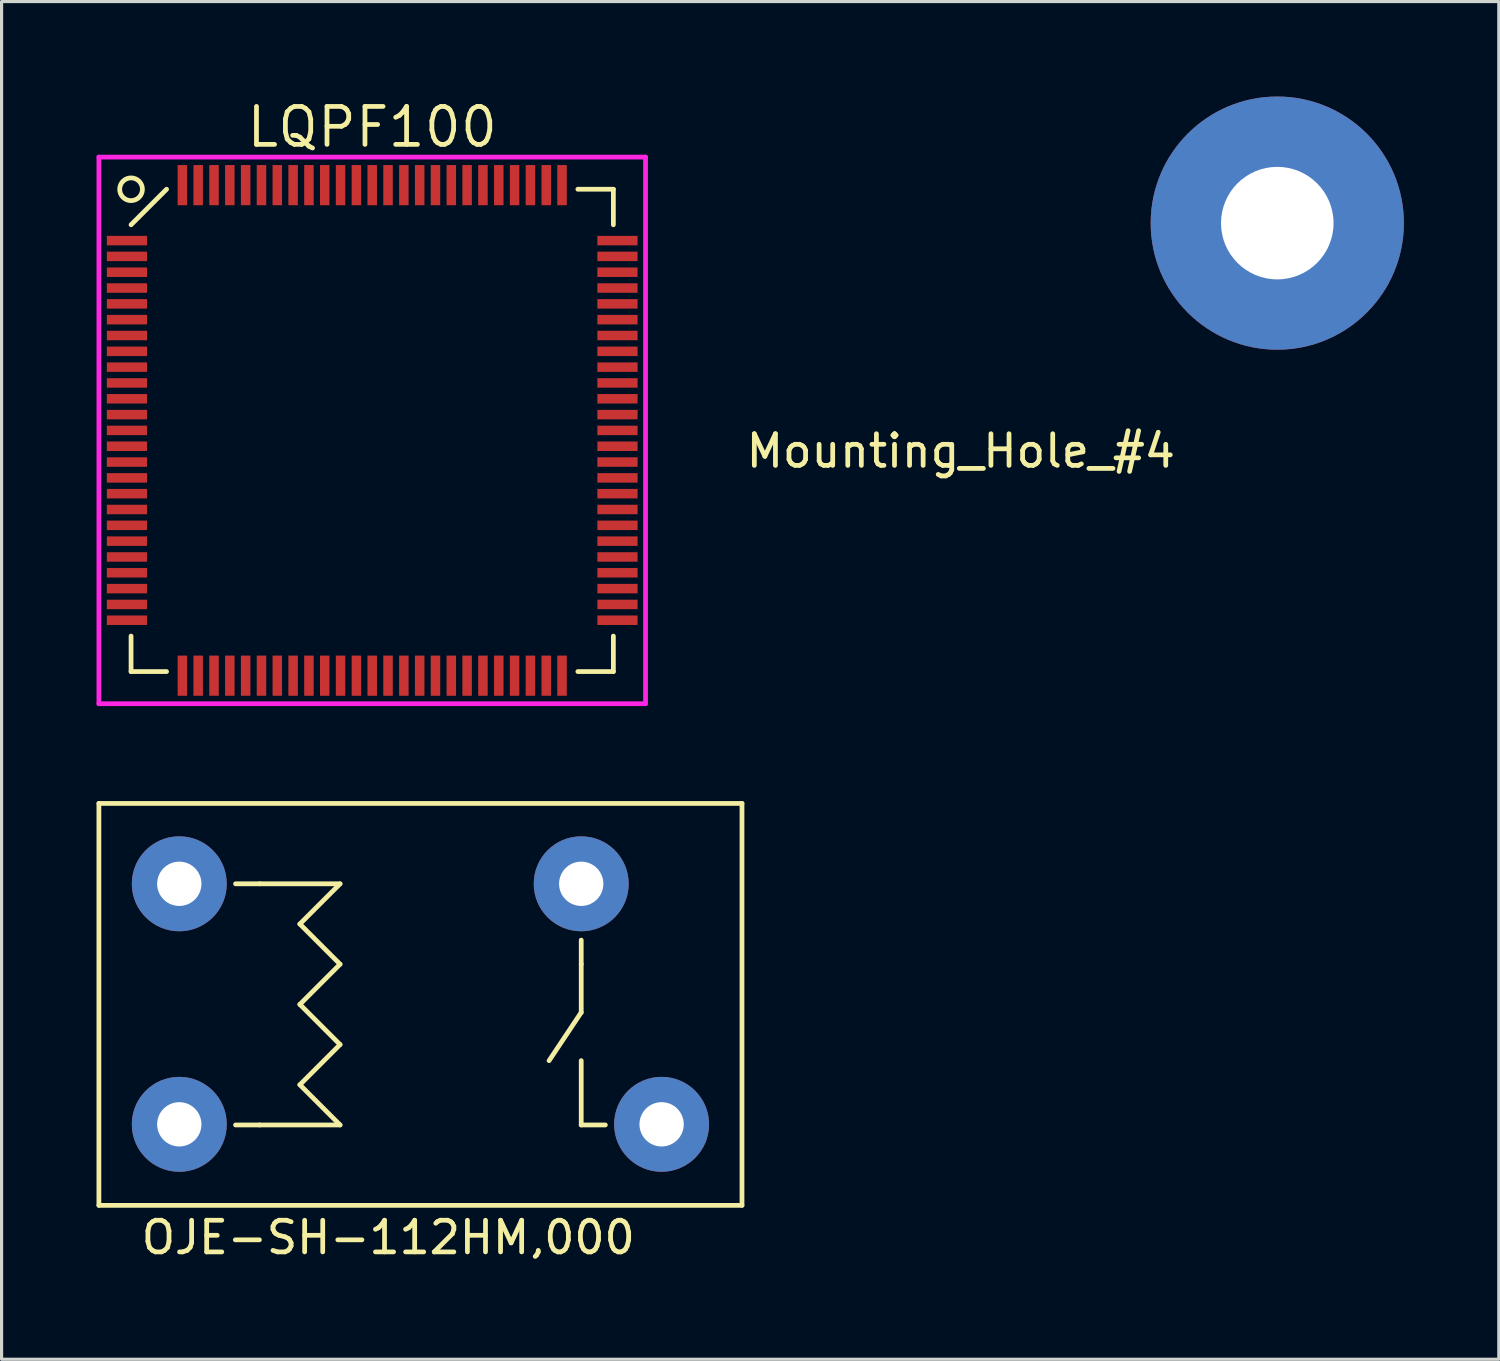
<source format=kicad_pcb>
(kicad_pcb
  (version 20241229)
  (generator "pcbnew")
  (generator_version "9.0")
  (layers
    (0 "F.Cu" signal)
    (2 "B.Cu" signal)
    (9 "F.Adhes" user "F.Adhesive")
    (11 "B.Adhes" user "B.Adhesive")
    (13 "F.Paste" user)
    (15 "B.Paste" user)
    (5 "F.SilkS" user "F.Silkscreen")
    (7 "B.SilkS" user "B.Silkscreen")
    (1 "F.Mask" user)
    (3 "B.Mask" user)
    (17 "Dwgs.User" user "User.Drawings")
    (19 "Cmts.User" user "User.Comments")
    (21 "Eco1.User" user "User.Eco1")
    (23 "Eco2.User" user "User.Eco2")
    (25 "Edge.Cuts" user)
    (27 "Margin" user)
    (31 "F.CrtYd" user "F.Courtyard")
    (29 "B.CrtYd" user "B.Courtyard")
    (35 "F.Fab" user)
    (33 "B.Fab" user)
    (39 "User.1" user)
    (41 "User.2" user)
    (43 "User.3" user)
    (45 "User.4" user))
  (footprint "OJE-SH-112HM,000"
    (layer "F.Cu")
    (at 2.615 24.876)
    (property "Reference" "OJE-SH-112HM,000" (at 6.604 11.176 0) (layer "F.SilkS") (effects (font (size 1 1) (thickness 0.15))))
    (attr through_hole)
    (fp_line (start -2.54 -2.54) (end -2.54 10.16) (stroke (width 0.15) (type solid)) (layer "F.SilkS"))
    (fp_line (start -2.54 10.16) (end 17.78 10.16) (stroke (width 0.15) (type solid)) (layer "F.SilkS"))
    (fp_line (start 2.54 0) (end 1.778 0) (stroke (width 0.15) (type solid)) (layer "F.SilkS"))
    (fp_line (start 2.54 0) (end 5.08 0) (stroke (width 0.15) (type solid)) (layer "F.SilkS"))
    (fp_line (start 2.54 7.62) (end 1.778 7.62) (stroke (width 0.15) (type solid)) (layer "F.SilkS"))
    (fp_line (start 3.81 1.27) (end 5.08 2.54) (stroke (width 0.15) (type solid)) (layer "F.SilkS"))
    (fp_line (start 3.81 3.81) (end 5.08 5.08) (stroke (width 0.15) (type solid)) (layer "F.SilkS"))
    (fp_line (start 3.81 6.35) (end 5.08 7.62) (stroke (width 0.15) (type solid)) (layer "F.SilkS"))
    (fp_line (start 5.08 0) (end 3.81 1.27) (stroke (width 0.15) (type solid)) (layer "F.SilkS"))
    (fp_line (start 5.08 2.54) (end 3.81 3.81) (stroke (width 0.15) (type solid)) (layer "F.SilkS"))
    (fp_line (start 5.08 5.08) (end 3.81 6.35) (stroke (width 0.15) (type solid)) (layer "F.SilkS"))
    (fp_line (start 5.08 7.62) (end 2.54 7.62) (stroke (width 0.15) (type solid)) (layer "F.SilkS"))
    (fp_line (start 12.7 2.54) (end 12.7 1.778) (stroke (width 0.15) (type solid)) (layer "F.SilkS"))
    (fp_line (start 12.7 2.54) (end 12.7 4.064) (stroke (width 0.15) (type solid)) (layer "F.SilkS"))
    (fp_line (start 12.7 4.064) (end 11.684 5.588) (stroke (width 0.15) (type solid)) (layer "F.SilkS"))
    (fp_line (start 12.7 5.588) (end 12.7 7.62) (stroke (width 0.15) (type solid)) (layer "F.SilkS"))
    (fp_line (start 12.7 7.62) (end 13.462 7.62) (stroke (width 0.15) (type solid)) (layer "F.SilkS"))
    (fp_line (start 17.78 -2.54) (end -2.54 -2.54) (stroke (width 0.15) (type solid)) (layer "F.SilkS"))
    (fp_line (start 17.78 10.16) (end 17.78 -2.54) (stroke (width 0.15) (type solid)) (layer "F.SilkS"))
    (pad "1" thru_hole circle (at 0 0) (size 3 3) (drill 1.4) (layers "*.Cu" "*.Mask"))
    (pad "2" thru_hole circle (at 0 7.6) (size 3 3) (drill 1.4) (layers "*.Cu" "*.Mask"))
    (pad "3" thru_hole circle (at 12.7 0) (size 3 3) (drill 1.4) (layers "*.Cu" "*.Mask"))
    (pad "4" thru_hole circle (at 15.24 7.6) (size 3 3) (drill 1.4) (layers "*.Cu" "*.Mask")))
  (footprint "LQPF100"
    (layer "F.Cu")
    (at 8.711 10.55)
    (property "Reference" "LQPF100" (at 0 -9.585 0) (layer "F.SilkS") (effects (font (size 1.2 1.2) (thickness 0.15))))
    (attr through_hole)
    (fp_line (start -7.62 -6.498) (end -6.498 -7.62) (stroke (width 0.15) (type solid)) (layer "F.SilkS"))
    (fp_line (start -7.62 7.62) (end -7.62 6.498) (stroke (width 0.15) (type solid)) (layer "F.SilkS"))
    (fp_line (start -6.498 7.62) (end -7.62 7.62) (stroke (width 0.15) (type solid)) (layer "F.SilkS"))
    (fp_line (start 6.498 -7.62) (end 7.62 -7.62) (stroke (width 0.15) (type solid)) (layer "F.SilkS"))
    (fp_line (start 6.498 7.62) (end 7.62 7.62) (stroke (width 0.15) (type solid)) (layer "F.SilkS"))
    (fp_line (start 7.62 -7.62) (end 7.62 -6.498) (stroke (width 0.15) (type solid)) (layer "F.SilkS"))
    (fp_line (start 7.62 7.62) (end 7.62 6.498) (stroke (width 0.15) (type solid)) (layer "F.SilkS"))
    (fp_circle (center -7.62 -7.62) (end -7.366 -7.366) (stroke (width 0.15) (type solid)) (fill no) (layer "F.SilkS"))
    (fp_line (start -8.636 -8.636) (end 8.636 -8.636) (stroke (width 0.15) (type solid)) (layer "F.CrtYd"))
    (fp_line (start -8.636 8.636) (end -8.636 -8.636) (stroke (width 0.15) (type solid)) (layer "F.CrtYd"))
    (fp_line (start 8.636 -8.636) (end 8.636 8.636) (stroke (width 0.15) (type solid)) (layer "F.CrtYd"))
    (fp_line (start 8.636 8.636) (end -8.636 8.636) (stroke (width 0.15) (type solid)) (layer "F.CrtYd"))
    (pad "1" smd rect (at -7.75 -5.998 90) (size 0.3 1.27) (layers "F.Cu" "F.Mask" "F.Paste"))
    (pad "2" smd rect (at -7.75 -5.499 90) (size 0.3 1.27) (layers "F.Cu" "F.Mask" "F.Paste"))
    (pad "3" smd rect (at -7.75 -4.999 90) (size 0.3 1.27) (layers "F.Cu" "F.Mask" "F.Paste"))
    (pad "4" smd rect (at -7.75 -4.499 90) (size 0.3 1.27) (layers "F.Cu" "F.Mask" "F.Paste"))
    (pad "5" smd rect (at -7.75 -3.999 90) (size 0.3 1.27) (layers "F.Cu" "F.Mask" "F.Paste"))
    (pad "6" smd rect (at -7.75 -3.499 90) (size 0.3 1.27) (layers "F.Cu" "F.Mask" "F.Paste"))
    (pad "7" smd rect (at -7.75 -2.999 90) (size 0.3 1.27) (layers "F.Cu" "F.Mask" "F.Paste"))
    (pad "8" smd rect (at -7.75 -2.499 90) (size 0.3 1.27) (layers "F.Cu" "F.Mask" "F.Paste"))
    (pad "9" smd rect (at -7.75 -1.999 90) (size 0.3 1.27) (layers "F.Cu" "F.Mask" "F.Paste"))
    (pad "10" smd rect (at -7.75 -1.5 90) (size 0.3 1.27) (layers "F.Cu" "F.Mask" "F.Paste"))
    (pad "11" smd rect (at -7.75 -1 90) (size 0.3 1.27) (layers "F.Cu" "F.Mask" "F.Paste"))
    (pad "12" smd rect (at -7.75 -0.5 90) (size 0.3 1.27) (layers "F.Cu" "F.Mask" "F.Paste"))
    (pad "13" smd rect (at -7.75 0 90) (size 0.3 1.27) (layers "F.Cu" "F.Mask" "F.Paste"))
    (pad "14" smd rect (at -7.75 0.5 90) (size 0.3 1.27) (layers "F.Cu" "F.Mask" "F.Paste"))
    (pad "15" smd rect (at -7.75 1 90) (size 0.3 1.27) (layers "F.Cu" "F.Mask" "F.Paste"))
    (pad "16" smd rect (at -7.75 1.5 90) (size 0.3 1.27) (layers "F.Cu" "F.Mask" "F.Paste"))
    (pad "17" smd rect (at -7.75 1.999 90) (size 0.3 1.27) (layers "F.Cu" "F.Mask" "F.Paste"))
    (pad "18" smd rect (at -7.75 2.499 90) (size 0.3 1.27) (layers "F.Cu" "F.Mask" "F.Paste"))
    (pad "19" smd rect (at -7.75 2.999 90) (size 0.3 1.27) (layers "F.Cu" "F.Mask" "F.Paste"))
    (pad "20" smd rect (at -7.75 3.499 90) (size 0.3 1.27) (layers "F.Cu" "F.Mask" "F.Paste"))
    (pad "21" smd rect (at -7.75 3.999 90) (size 0.3 1.27) (layers "F.Cu" "F.Mask" "F.Paste"))
    (pad "22" smd rect (at -7.75 4.499 90) (size 0.3 1.27) (layers "F.Cu" "F.Mask" "F.Paste"))
    (pad "23" smd rect (at -7.75 4.999 90) (size 0.3 1.27) (layers "F.Cu" "F.Mask" "F.Paste"))
    (pad "24" smd rect (at -7.75 5.499 90) (size 0.3 1.27) (layers "F.Cu" "F.Mask" "F.Paste"))
    (pad "25" smd rect (at -7.75 5.998 90) (size 0.3 1.27) (layers "F.Cu" "F.Mask" "F.Paste"))
    (pad "26" smd rect (at -5.998 7.75) (size 0.3 1.27) (layers "F.Cu" "F.Mask" "F.Paste"))
    (pad "27" smd rect (at -5.499 7.75) (size 0.3 1.27) (layers "F.Cu" "F.Mask" "F.Paste"))
    (pad "28" smd rect (at -4.999 7.75) (size 0.3 1.27) (layers "F.Cu" "F.Mask" "F.Paste"))
    (pad "29" smd rect (at -4.499 7.75) (size 0.3 1.27) (layers "F.Cu" "F.Mask" "F.Paste"))
    (pad "30" smd rect (at -3.999 7.75) (size 0.3 1.27) (layers "F.Cu" "F.Mask" "F.Paste"))
    (pad "31" smd rect (at -3.499 7.75) (size 0.3 1.27) (layers "F.Cu" "F.Mask" "F.Paste"))
    (pad "32" smd rect (at -2.999 7.75) (size 0.3 1.27) (layers "F.Cu" "F.Mask" "F.Paste"))
    (pad "33" smd rect (at -2.499 7.75) (size 0.3 1.27) (layers "F.Cu" "F.Mask" "F.Paste"))
    (pad "34" smd rect (at -1.999 7.75) (size 0.3 1.27) (layers "F.Cu" "F.Mask" "F.Paste"))
    (pad "35" smd rect (at -1.5 7.75) (size 0.3 1.27) (layers "F.Cu" "F.Mask" "F.Paste"))
    (pad "36" smd rect (at -1 7.75) (size 0.3 1.27) (layers "F.Cu" "F.Mask" "F.Paste"))
    (pad "37" smd rect (at -0.5 7.75) (size 0.3 1.27) (layers "F.Cu" "F.Mask" "F.Paste"))
    (pad "38" smd rect (at 0 7.75) (size 0.3 1.27) (layers "F.Cu" "F.Mask" "F.Paste"))
    (pad "39" smd rect (at 0.5 7.75) (size 0.3 1.27) (layers "F.Cu" "F.Mask" "F.Paste"))
    (pad "40" smd rect (at 1 7.75) (size 0.3 1.27) (layers "F.Cu" "F.Mask" "F.Paste"))
    (pad "41" smd rect (at 1.5 7.75) (size 0.3 1.27) (layers "F.Cu" "F.Mask" "F.Paste"))
    (pad "42" smd rect (at 1.999 7.75) (size 0.3 1.27) (layers "F.Cu" "F.Mask" "F.Paste"))
    (pad "43" smd rect (at 2.499 7.75) (size 0.3 1.27) (layers "F.Cu" "F.Mask" "F.Paste"))
    (pad "44" smd rect (at 2.999 7.75) (size 0.3 1.27) (layers "F.Cu" "F.Mask" "F.Paste"))
    (pad "45" smd rect (at 3.499 7.75) (size 0.3 1.27) (layers "F.Cu" "F.Mask" "F.Paste"))
    (pad "46" smd rect (at 3.999 7.75) (size 0.3 1.27) (layers "F.Cu" "F.Mask" "F.Paste"))
    (pad "47" smd rect (at 4.499 7.75) (size 0.3 1.27) (layers "F.Cu" "F.Mask" "F.Paste"))
    (pad "48" smd rect (at 4.999 7.75) (size 0.3 1.27) (layers "F.Cu" "F.Mask" "F.Paste"))
    (pad "49" smd rect (at 5.499 7.75) (size 0.3 1.27) (layers "F.Cu" "F.Mask" "F.Paste"))
    (pad "50" smd rect (at 5.998 7.75) (size 0.3 1.27) (layers "F.Cu" "F.Mask" "F.Paste"))
    (pad "51" smd rect (at 7.75 5.998 90) (size 0.3 1.27) (layers "F.Cu" "F.Mask" "F.Paste"))
    (pad "52" smd rect (at 7.75 5.499 90) (size 0.3 1.27) (layers "F.Cu" "F.Mask" "F.Paste"))
    (pad "53" smd rect (at 7.75 4.999 90) (size 0.3 1.27) (layers "F.Cu" "F.Mask" "F.Paste"))
    (pad "54" smd rect (at 7.75 4.499 90) (size 0.3 1.27) (layers "F.Cu" "F.Mask" "F.Paste"))
    (pad "55" smd rect (at 7.75 3.999 90) (size 0.3 1.27) (layers "F.Cu" "F.Mask" "F.Paste"))
    (pad "56" smd rect (at 7.75 3.499 90) (size 0.3 1.27) (layers "F.Cu" "F.Mask" "F.Paste"))
    (pad "57" smd rect (at 7.75 2.999 90) (size 0.3 1.27) (layers "F.Cu" "F.Mask" "F.Paste"))
    (pad "58" smd rect (at 7.75 2.499 90) (size 0.3 1.27) (layers "F.Cu" "F.Mask" "F.Paste"))
    (pad "59" smd rect (at 7.75 1.999 90) (size 0.3 1.27) (layers "F.Cu" "F.Mask" "F.Paste"))
    (pad "60" smd rect (at 7.75 1.5 90) (size 0.3 1.27) (layers "F.Cu" "F.Mask" "F.Paste"))
    (pad "61" smd rect (at 7.75 1 90) (size 0.3 1.27) (layers "F.Cu" "F.Mask" "F.Paste"))
    (pad "62" smd rect (at 7.75 0.5 90) (size 0.3 1.27) (layers "F.Cu" "F.Mask" "F.Paste"))
    (pad "63" smd rect (at 7.75 0 90) (size 0.3 1.27) (layers "F.Cu" "F.Mask" "F.Paste"))
    (pad "64" smd rect (at 7.75 -0.5 90) (size 0.3 1.27) (layers "F.Cu" "F.Mask" "F.Paste"))
    (pad "65" smd rect (at 7.75 -1 90) (size 0.3 1.27) (layers "F.Cu" "F.Mask" "F.Paste"))
    (pad "66" smd rect (at 7.75 -1.5 90) (size 0.3 1.27) (layers "F.Cu" "F.Mask" "F.Paste"))
    (pad "67" smd rect (at 7.75 -1.999 90) (size 0.3 1.27) (layers "F.Cu" "F.Mask" "F.Paste"))
    (pad "68" smd rect (at 7.75 -2.499 90) (size 0.3 1.27) (layers "F.Cu" "F.Mask" "F.Paste"))
    (pad "69" smd rect (at 7.75 -2.999 90) (size 0.3 1.27) (layers "F.Cu" "F.Mask" "F.Paste"))
    (pad "70" smd rect (at 7.75 -3.499 90) (size 0.3 1.27) (layers "F.Cu" "F.Mask" "F.Paste"))
    (pad "71" smd rect (at 7.75 -3.999 90) (size 0.3 1.27) (layers "F.Cu" "F.Mask" "F.Paste"))
    (pad "72" smd rect (at 7.75 -4.499 90) (size 0.3 1.27) (layers "F.Cu" "F.Mask" "F.Paste"))
    (pad "73" smd rect (at 7.75 -4.999 90) (size 0.3 1.27) (layers "F.Cu" "F.Mask" "F.Paste"))
    (pad "74" smd rect (at 7.75 -5.499 90) (size 0.3 1.27) (layers "F.Cu" "F.Mask" "F.Paste"))
    (pad "75" smd rect (at 7.75 -5.998 90) (size 0.3 1.27) (layers "F.Cu" "F.Mask" "F.Paste"))
    (pad "76" smd rect (at 5.998 -7.75) (size 0.3 1.27) (layers "F.Cu" "F.Mask" "F.Paste"))
    (pad "77" smd rect (at 5.499 -7.75) (size 0.3 1.27) (layers "F.Cu" "F.Mask" "F.Paste"))
    (pad "78" smd rect (at 4.999 -7.75) (size 0.3 1.27) (layers "F.Cu" "F.Mask" "F.Paste"))
    (pad "79" smd rect (at 4.499 -7.75) (size 0.3 1.27) (layers "F.Cu" "F.Mask" "F.Paste"))
    (pad "80" smd rect (at 3.999 -7.75) (size 0.3 1.27) (layers "F.Cu" "F.Mask" "F.Paste"))
    (pad "81" smd rect (at 3.499 -7.75) (size 0.3 1.27) (layers "F.Cu" "F.Mask" "F.Paste"))
    (pad "82" smd rect (at 2.999 -7.75) (size 0.3 1.27) (layers "F.Cu" "F.Mask" "F.Paste"))
    (pad "83" smd rect (at 2.499 -7.75) (size 0.3 1.27) (layers "F.Cu" "F.Mask" "F.Paste"))
    (pad "84" smd rect (at 1.999 -7.75) (size 0.3 1.27) (layers "F.Cu" "F.Mask" "F.Paste"))
    (pad "85" smd rect (at 1.5 -7.75) (size 0.3 1.27) (layers "F.Cu" "F.Mask" "F.Paste"))
    (pad "86" smd rect (at 1 -7.75) (size 0.3 1.27) (layers "F.Cu" "F.Mask" "F.Paste"))
    (pad "87" smd rect (at 0.5 -7.75) (size 0.3 1.27) (layers "F.Cu" "F.Mask" "F.Paste"))
    (pad "88" smd rect (at 0 -7.75) (size 0.3 1.27) (layers "F.Cu" "F.Mask" "F.Paste"))
    (pad "89" smd rect (at -0.5 -7.75) (size 0.3 1.27) (layers "F.Cu" "F.Mask" "F.Paste"))
    (pad "90" smd rect (at -1 -7.75) (size 0.3 1.27) (layers "F.Cu" "F.Mask" "F.Paste"))
    (pad "91" smd rect (at -1.5 -7.75) (size 0.3 1.27) (layers "F.Cu" "F.Mask" "F.Paste"))
    (pad "92" smd rect (at -1.999 -7.75) (size 0.3 1.27) (layers "F.Cu" "F.Mask" "F.Paste"))
    (pad "93" smd rect (at -2.499 -7.75) (size 0.3 1.27) (layers "F.Cu" "F.Mask" "F.Paste"))
    (pad "94" smd rect (at -2.999 -7.75) (size 0.3 1.27) (layers "F.Cu" "F.Mask" "F.Paste"))
    (pad "95" smd rect (at -3.499 -7.75) (size 0.3 1.27) (layers "F.Cu" "F.Mask" "F.Paste"))
    (pad "96" smd rect (at -3.999 -7.75) (size 0.3 1.27) (layers "F.Cu" "F.Mask" "F.Paste"))
    (pad "97" smd rect (at -4.499 -7.75) (size 0.3 1.27) (layers "F.Cu" "F.Mask" "F.Paste"))
    (pad "98" smd rect (at -4.999 -7.75) (size 0.3 1.27) (layers "F.Cu" "F.Mask" "F.Paste"))
    (pad "99" smd rect (at -5.499 -7.75) (size 0.3 1.27) (layers "F.Cu" "F.Mask" "F.Paste"))
    (pad "100" smd rect (at -5.998 -7.75) (size 0.3 1.27) (layers "F.Cu" "F.Mask" "F.Paste")))
  (footprint "Mounting_Hole_#4"
    (layer "F.Cu")
    (at 37.309 4)
    (property "Reference" "Mounting_Hole_#4" (at -10 7.2 0) (layer "F.SilkS") (effects (font (size 1 1) (thickness 0.15))))
    (attr through_hole)
    (pad "1" thru_hole circle (at 0 0) (size 8 8) (drill 3.556) (layers "*.Cu" "*.Mask")))
  (gr_rect
    (start -3 -3)
    (end 44.309 39.9)
    (stroke (width 0.1) (type default))
    (fill no)
    (layer "Edge.Cuts")))
</source>
